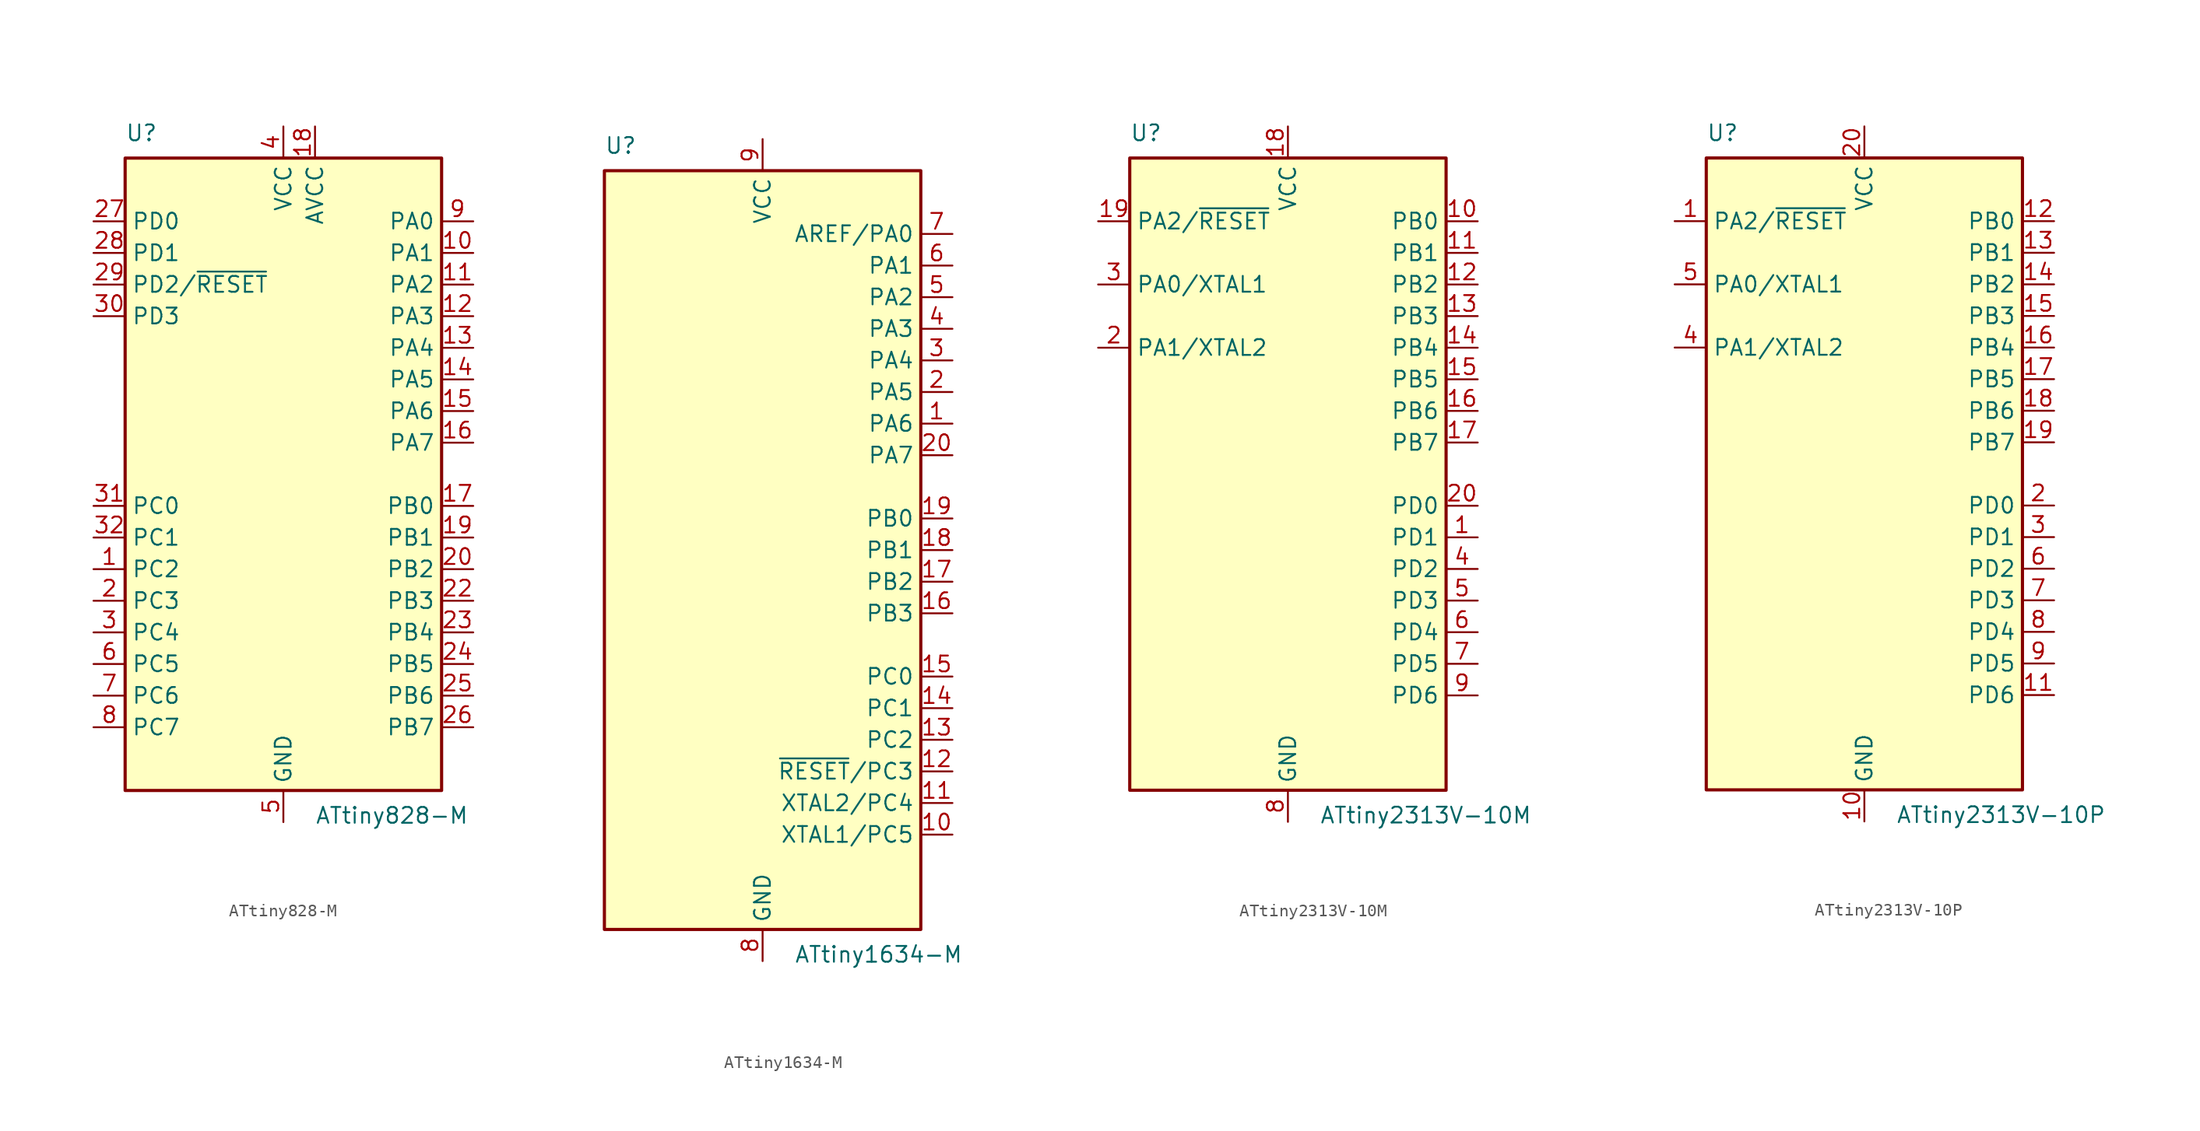
<source format=kicad_sym>
(kicad_symbol_lib
  (version 20211014)
  (generator kicad_symbol_editor)
  (symbol "ATtiny828-M"
    (property "Reference" "U"
      (at -12.7 26.67 0)
      (effects (font (size 1.27 1.27)) (justify left bottom)))
    (property "Value" "ATtiny828-M"
      (at 2.54 -26.67 0)
      (effects (font (size 1.27 1.27)) (justify left top)))
    (symbol "ATtiny828-M_0_1"
      (rectangle (start -12.7 -25.4) (end 12.7 25.4) (stroke (width 0.254) (type default) (color 0 0 0 0)) (fill (type background))))
    (symbol "ATtiny828-M_1_1"
      (pin bidirectional line (at -15.24 -7.62 0) (length 2.54) (name "PC2" (effects (font (size 1.27 1.27)))) (number "1" (effects (font (size 1.27 1.27)))))
      (pin bidirectional line (at 15.24 17.78 180) (length 2.54) (name "PA1" (effects (font (size 1.27 1.27)))) (number "10" (effects (font (size 1.27 1.27)))))
      (pin bidirectional line (at 15.24 15.24 180) (length 2.54) (name "PA2" (effects (font (size 1.27 1.27)))) (number "11" (effects (font (size 1.27 1.27)))))
      (pin bidirectional line (at 15.24 12.7 180) (length 2.54) (name "PA3" (effects (font (size 1.27 1.27)))) (number "12" (effects (font (size 1.27 1.27)))))
      (pin bidirectional line (at 15.24 10.16 180) (length 2.54) (name "PA4" (effects (font (size 1.27 1.27)))) (number "13" (effects (font (size 1.27 1.27)))))
      (pin bidirectional line (at 15.24 7.62 180) (length 2.54) (name "PA5" (effects (font (size 1.27 1.27)))) (number "14" (effects (font (size 1.27 1.27)))))
      (pin bidirectional line (at 15.24 5.08 180) (length 2.54) (name "PA6" (effects (font (size 1.27 1.27)))) (number "15" (effects (font (size 1.27 1.27)))))
      (pin bidirectional line (at 15.24 2.54 180) (length 2.54) (name "PA7" (effects (font (size 1.27 1.27)))) (number "16" (effects (font (size 1.27 1.27)))))
      (pin bidirectional line (at 15.24 -2.54 180) (length 2.54) (name "PB0" (effects (font (size 1.27 1.27)))) (number "17" (effects (font (size 1.27 1.27)))))
      (pin power_in line (at 2.54 27.94 270) (length 2.54) (name "AVCC" (effects (font (size 1.27 1.27)))) (number "18" (effects (font (size 1.27 1.27)))))
      (pin bidirectional line (at 15.24 -5.08 180) (length 2.54) (name "PB1" (effects (font (size 1.27 1.27)))) (number "19" (effects (font (size 1.27 1.27)))))
      (pin bidirectional line (at -15.24 -10.16 0) (length 2.54) (name "PC3" (effects (font (size 1.27 1.27)))) (number "2" (effects (font (size 1.27 1.27)))))
      (pin bidirectional line (at 15.24 -7.62 180) (length 2.54) (name "PB2" (effects (font (size 1.27 1.27)))) (number "20" (effects (font (size 1.27 1.27)))))
      (pin passive line (at 0 -27.94 90) (length 2.54) hide (name "GND" (effects (font (size 1.27 1.27)))) (number "21" (effects (font (size 1.27 1.27)))))
      (pin bidirectional line (at 15.24 -10.16 180) (length 2.54) (name "PB3" (effects (font (size 1.27 1.27)))) (number "22" (effects (font (size 1.27 1.27)))))
      (pin bidirectional line (at 15.24 -12.7 180) (length 2.54) (name "PB4" (effects (font (size 1.27 1.27)))) (number "23" (effects (font (size 1.27 1.27)))))
      (pin bidirectional line (at 15.24 -15.24 180) (length 2.54) (name "PB5" (effects (font (size 1.27 1.27)))) (number "24" (effects (font (size 1.27 1.27)))))
      (pin bidirectional line (at 15.24 -17.78 180) (length 2.54) (name "PB6" (effects (font (size 1.27 1.27)))) (number "25" (effects (font (size 1.27 1.27)))))
      (pin bidirectional line (at 15.24 -20.32 180) (length 2.54) (name "PB7" (effects (font (size 1.27 1.27)))) (number "26" (effects (font (size 1.27 1.27)))))
      (pin bidirectional line (at -15.24 20.32 0) (length 2.54) (name "PD0" (effects (font (size 1.27 1.27)))) (number "27" (effects (font (size 1.27 1.27)))))
      (pin bidirectional line (at -15.24 17.78 0) (length 2.54) (name "PD1" (effects (font (size 1.27 1.27)))) (number "28" (effects (font (size 1.27 1.27)))))
      (pin bidirectional line (at -15.24 15.24 0) (length 2.54) (name "PD2/~{RESET}" (effects (font (size 1.27 1.27)))) (number "29" (effects (font (size 1.27 1.27)))))
      (pin bidirectional line (at -15.24 -12.7 0) (length 2.54) (name "PC4" (effects (font (size 1.27 1.27)))) (number "3" (effects (font (size 1.27 1.27)))))
      (pin bidirectional line (at -15.24 12.7 0) (length 2.54) (name "PD3" (effects (font (size 1.27 1.27)))) (number "30" (effects (font (size 1.27 1.27)))))
      (pin bidirectional line (at -15.24 -2.54 0) (length 2.54) (name "PC0" (effects (font (size 1.27 1.27)))) (number "31" (effects (font (size 1.27 1.27)))))
      (pin bidirectional line (at -15.24 -5.08 0) (length 2.54) (name "PC1" (effects (font (size 1.27 1.27)))) (number "32" (effects (font (size 1.27 1.27)))))
      (pin passive line (at 0 -27.94 90) (length 2.54) hide (name "GND" (effects (font (size 1.27 1.27)))) (number "33" (effects (font (size 1.27 1.27)))))
      (pin power_in line (at 0 27.94 270) (length 2.54) (name "VCC" (effects (font (size 1.27 1.27)))) (number "4" (effects (font (size 1.27 1.27)))))
      (pin power_in line (at 0 -27.94 90) (length 2.54) (name "GND" (effects (font (size 1.27 1.27)))) (number "5" (effects (font (size 1.27 1.27)))))
      (pin bidirectional line (at -15.24 -15.24 0) (length 2.54) (name "PC5" (effects (font (size 1.27 1.27)))) (number "6" (effects (font (size 1.27 1.27)))))
      (pin bidirectional line (at -15.24 -17.78 0) (length 2.54) (name "PC6" (effects (font (size 1.27 1.27)))) (number "7" (effects (font (size 1.27 1.27)))))
      (pin bidirectional line (at -15.24 -20.32 0) (length 2.54) (name "PC7" (effects (font (size 1.27 1.27)))) (number "8" (effects (font (size 1.27 1.27)))))
      (pin bidirectional line (at 15.24 20.32 180) (length 2.54) (name "PA0" (effects (font (size 1.27 1.27)))) (number "9" (effects (font (size 1.27 1.27)))))))
  (symbol "ATtiny1634-M"
    (property "Reference" "U"
      (at -12.7 31.75 0)
      (effects (font (size 1.27 1.27)) (justify left bottom)))
    (property "Value" "ATtiny1634-M"
      (at 2.54 -31.75 0)
      (effects (font (size 1.27 1.27)) (justify left top)))
    (symbol "ATtiny1634-M_0_1"
      (rectangle (start -12.7 -30.48) (end 12.7 30.48) (stroke (width 0.254) (type default) (color 0 0 0 0)) (fill (type background))))
    (symbol "ATtiny1634-M_1_1"
      (pin bidirectional line (at 15.24 10.16 180) (length 2.54) (name "PA6" (effects (font (size 1.27 1.27)))) (number "1" (effects (font (size 1.27 1.27)))))
      (pin bidirectional line (at 15.24 -22.86 180) (length 2.54) (name "XTAL1/PC5" (effects (font (size 1.27 1.27)))) (number "10" (effects (font (size 1.27 1.27)))))
      (pin bidirectional line (at 15.24 -20.32 180) (length 2.54) (name "XTAL2/PC4" (effects (font (size 1.27 1.27)))) (number "11" (effects (font (size 1.27 1.27)))))
      (pin bidirectional line (at 15.24 -17.78 180) (length 2.54) (name "~{RESET}/PC3" (effects (font (size 1.27 1.27)))) (number "12" (effects (font (size 1.27 1.27)))))
      (pin bidirectional line (at 15.24 -15.24 180) (length 2.54) (name "PC2" (effects (font (size 1.27 1.27)))) (number "13" (effects (font (size 1.27 1.27)))))
      (pin bidirectional line (at 15.24 -12.7 180) (length 2.54) (name "PC1" (effects (font (size 1.27 1.27)))) (number "14" (effects (font (size 1.27 1.27)))))
      (pin bidirectional line (at 15.24 -10.16 180) (length 2.54) (name "PC0" (effects (font (size 1.27 1.27)))) (number "15" (effects (font (size 1.27 1.27)))))
      (pin bidirectional line (at 15.24 -5.08 180) (length 2.54) (name "PB3" (effects (font (size 1.27 1.27)))) (number "16" (effects (font (size 1.27 1.27)))))
      (pin bidirectional line (at 15.24 -2.54 180) (length 2.54) (name "PB2" (effects (font (size 1.27 1.27)))) (number "17" (effects (font (size 1.27 1.27)))))
      (pin bidirectional line (at 15.24 0 180) (length 2.54) (name "PB1" (effects (font (size 1.27 1.27)))) (number "18" (effects (font (size 1.27 1.27)))))
      (pin bidirectional line (at 15.24 2.54 180) (length 2.54) (name "PB0" (effects (font (size 1.27 1.27)))) (number "19" (effects (font (size 1.27 1.27)))))
      (pin bidirectional line (at 15.24 12.7 180) (length 2.54) (name "PA5" (effects (font (size 1.27 1.27)))) (number "2" (effects (font (size 1.27 1.27)))))
      (pin bidirectional line (at 15.24 7.62 180) (length 2.54) (name "PA7" (effects (font (size 1.27 1.27)))) (number "20" (effects (font (size 1.27 1.27)))))
      (pin passive line (at 0 -33.02 90) (length 2.54) hide (name "GND" (effects (font (size 1.27 1.27)))) (number "21" (effects (font (size 1.27 1.27)))))
      (pin bidirectional line (at 15.24 15.24 180) (length 2.54) (name "PA4" (effects (font (size 1.27 1.27)))) (number "3" (effects (font (size 1.27 1.27)))))
      (pin bidirectional line (at 15.24 17.78 180) (length 2.54) (name "PA3" (effects (font (size 1.27 1.27)))) (number "4" (effects (font (size 1.27 1.27)))))
      (pin bidirectional line (at 15.24 20.32 180) (length 2.54) (name "PA2" (effects (font (size 1.27 1.27)))) (number "5" (effects (font (size 1.27 1.27)))))
      (pin bidirectional line (at 15.24 22.86 180) (length 2.54) (name "PA1" (effects (font (size 1.27 1.27)))) (number "6" (effects (font (size 1.27 1.27)))))
      (pin bidirectional line (at 15.24 25.4 180) (length 2.54) (name "AREF/PA0" (effects (font (size 1.27 1.27)))) (number "7" (effects (font (size 1.27 1.27)))))
      (pin power_in line (at 0 -33.02 90) (length 2.54) (name "GND" (effects (font (size 1.27 1.27)))) (number "8" (effects (font (size 1.27 1.27)))))
      (pin power_in line (at 0 33.02 270) (length 2.54) (name "VCC" (effects (font (size 1.27 1.27)))) (number "9" (effects (font (size 1.27 1.27)))))))
  (symbol "ATtiny2313V-10M"
    (property "Reference" "U"
      (at -12.7 26.67 0)
      (effects (font (size 1.27 1.27)) (justify left bottom)))
    (property "Value" "ATtiny2313V-10M"
      (at 2.54 -26.67 0)
      (effects (font (size 1.27 1.27)) (justify left top)))
    (symbol "ATtiny2313V-10M_0_1"
      (rectangle (start -12.7 -25.4) (end 12.7 25.4) (stroke (width 0.254) (type default) (color 0 0 0 0)) (fill (type background))))
    (symbol "ATtiny2313V-10M_1_1"
      (pin bidirectional line (at 15.24 -5.08 180) (length 2.54) (name "PD1" (effects (font (size 1.27 1.27)))) (number "1" (effects (font (size 1.27 1.27)))))
      (pin bidirectional line (at 15.24 20.32 180) (length 2.54) (name "PB0" (effects (font (size 1.27 1.27)))) (number "10" (effects (font (size 1.27 1.27)))))
      (pin bidirectional line (at 15.24 17.78 180) (length 2.54) (name "PB1" (effects (font (size 1.27 1.27)))) (number "11" (effects (font (size 1.27 1.27)))))
      (pin bidirectional line (at 15.24 15.24 180) (length 2.54) (name "PB2" (effects (font (size 1.27 1.27)))) (number "12" (effects (font (size 1.27 1.27)))))
      (pin bidirectional line (at 15.24 12.7 180) (length 2.54) (name "PB3" (effects (font (size 1.27 1.27)))) (number "13" (effects (font (size 1.27 1.27)))))
      (pin bidirectional line (at 15.24 10.16 180) (length 2.54) (name "PB4" (effects (font (size 1.27 1.27)))) (number "14" (effects (font (size 1.27 1.27)))))
      (pin bidirectional line (at 15.24 7.62 180) (length 2.54) (name "PB5" (effects (font (size 1.27 1.27)))) (number "15" (effects (font (size 1.27 1.27)))))
      (pin bidirectional line (at 15.24 5.08 180) (length 2.54) (name "PB6" (effects (font (size 1.27 1.27)))) (number "16" (effects (font (size 1.27 1.27)))))
      (pin bidirectional line (at 15.24 2.54 180) (length 2.54) (name "PB7" (effects (font (size 1.27 1.27)))) (number "17" (effects (font (size 1.27 1.27)))))
      (pin power_in line (at 0 27.94 270) (length 2.54) (name "VCC" (effects (font (size 1.27 1.27)))) (number "18" (effects (font (size 1.27 1.27)))))
      (pin bidirectional line (at -15.24 20.32 0) (length 2.54) (name "PA2/~{RESET}" (effects (font (size 1.27 1.27)))) (number "19" (effects (font (size 1.27 1.27)))))
      (pin bidirectional line (at -15.24 10.16 0) (length 2.54) (name "PA1/XTAL2" (effects (font (size 1.27 1.27)))) (number "2" (effects (font (size 1.27 1.27)))))
      (pin bidirectional line (at 15.24 -2.54 180) (length 2.54) (name "PD0" (effects (font (size 1.27 1.27)))) (number "20" (effects (font (size 1.27 1.27)))))
      (pin passive line (at 0 -27.94 90) (length 2.54) hide (name "GND" (effects (font (size 1.27 1.27)))) (number "21" (effects (font (size 1.27 1.27)))))
      (pin bidirectional line (at -15.24 15.24 0) (length 2.54) (name "PA0/XTAL1" (effects (font (size 1.27 1.27)))) (number "3" (effects (font (size 1.27 1.27)))))
      (pin bidirectional line (at 15.24 -7.62 180) (length 2.54) (name "PD2" (effects (font (size 1.27 1.27)))) (number "4" (effects (font (size 1.27 1.27)))))
      (pin bidirectional line (at 15.24 -10.16 180) (length 2.54) (name "PD3" (effects (font (size 1.27 1.27)))) (number "5" (effects (font (size 1.27 1.27)))))
      (pin bidirectional line (at 15.24 -12.7 180) (length 2.54) (name "PD4" (effects (font (size 1.27 1.27)))) (number "6" (effects (font (size 1.27 1.27)))))
      (pin bidirectional line (at 15.24 -15.24 180) (length 2.54) (name "PD5" (effects (font (size 1.27 1.27)))) (number "7" (effects (font (size 1.27 1.27)))))
      (pin power_in line (at 0 -27.94 90) (length 2.54) (name "GND" (effects (font (size 1.27 1.27)))) (number "8" (effects (font (size 1.27 1.27)))))
      (pin bidirectional line (at 15.24 -17.78 180) (length 2.54) (name "PD6" (effects (font (size 1.27 1.27)))) (number "9" (effects (font (size 1.27 1.27)))))))
  (symbol "ATtiny2313V-10P"
    (property "Reference" "U"
      (at -12.7 26.67 0)
      (effects (font (size 1.27 1.27)) (justify left bottom)))
    (property "Value" "ATtiny2313V-10P"
      (at 2.54 -26.67 0)
      (effects (font (size 1.27 1.27)) (justify left top)))
    (symbol "ATtiny2313V-10P_0_1"
      (rectangle (start -12.7 -25.4) (end 12.7 25.4) (stroke (width 0.254) (type default) (color 0 0 0 0)) (fill (type background))))
    (symbol "ATtiny2313V-10P_1_1"
      (pin bidirectional line (at -15.24 20.32 0) (length 2.54) (name "PA2/~{RESET}" (effects (font (size 1.27 1.27)))) (number "1" (effects (font (size 1.27 1.27)))))
      (pin power_in line (at 0 -27.94 90) (length 2.54) (name "GND" (effects (font (size 1.27 1.27)))) (number "10" (effects (font (size 1.27 1.27)))))
      (pin bidirectional line (at 15.24 -17.78 180) (length 2.54) (name "PD6" (effects (font (size 1.27 1.27)))) (number "11" (effects (font (size 1.27 1.27)))))
      (pin bidirectional line (at 15.24 20.32 180) (length 2.54) (name "PB0" (effects (font (size 1.27 1.27)))) (number "12" (effects (font (size 1.27 1.27)))))
      (pin bidirectional line (at 15.24 17.78 180) (length 2.54) (name "PB1" (effects (font (size 1.27 1.27)))) (number "13" (effects (font (size 1.27 1.27)))))
      (pin bidirectional line (at 15.24 15.24 180) (length 2.54) (name "PB2" (effects (font (size 1.27 1.27)))) (number "14" (effects (font (size 1.27 1.27)))))
      (pin bidirectional line (at 15.24 12.7 180) (length 2.54) (name "PB3" (effects (font (size 1.27 1.27)))) (number "15" (effects (font (size 1.27 1.27)))))
      (pin bidirectional line (at 15.24 10.16 180) (length 2.54) (name "PB4" (effects (font (size 1.27 1.27)))) (number "16" (effects (font (size 1.27 1.27)))))
      (pin bidirectional line (at 15.24 7.62 180) (length 2.54) (name "PB5" (effects (font (size 1.27 1.27)))) (number "17" (effects (font (size 1.27 1.27)))))
      (pin bidirectional line (at 15.24 5.08 180) (length 2.54) (name "PB6" (effects (font (size 1.27 1.27)))) (number "18" (effects (font (size 1.27 1.27)))))
      (pin bidirectional line (at 15.24 2.54 180) (length 2.54) (name "PB7" (effects (font (size 1.27 1.27)))) (number "19" (effects (font (size 1.27 1.27)))))
      (pin bidirectional line (at 15.24 -2.54 180) (length 2.54) (name "PD0" (effects (font (size 1.27 1.27)))) (number "2" (effects (font (size 1.27 1.27)))))
      (pin power_in line (at 0 27.94 270) (length 2.54) (name "VCC" (effects (font (size 1.27 1.27)))) (number "20" (effects (font (size 1.27 1.27)))))
      (pin bidirectional line (at 15.24 -5.08 180) (length 2.54) (name "PD1" (effects (font (size 1.27 1.27)))) (number "3" (effects (font (size 1.27 1.27)))))
      (pin bidirectional line (at -15.24 10.16 0) (length 2.54) (name "PA1/XTAL2" (effects (font (size 1.27 1.27)))) (number "4" (effects (font (size 1.27 1.27)))))
      (pin bidirectional line (at -15.24 15.24 0) (length 2.54) (name "PA0/XTAL1" (effects (font (size 1.27 1.27)))) (number "5" (effects (font (size 1.27 1.27)))))
      (pin bidirectional line (at 15.24 -7.62 180) (length 2.54) (name "PD2" (effects (font (size 1.27 1.27)))) (number "6" (effects (font (size 1.27 1.27)))))
      (pin bidirectional line (at 15.24 -10.16 180) (length 2.54) (name "PD3" (effects (font (size 1.27 1.27)))) (number "7" (effects (font (size 1.27 1.27)))))
      (pin bidirectional line (at 15.24 -12.7 180) (length 2.54) (name "PD4" (effects (font (size 1.27 1.27)))) (number "8" (effects (font (size 1.27 1.27)))))
      (pin bidirectional line (at 15.24 -15.24 180) (length 2.54) (name "PD5" (effects (font (size 1.27 1.27)))) (number "9" (effects (font (size 1.27 1.27))))))))
</source>
